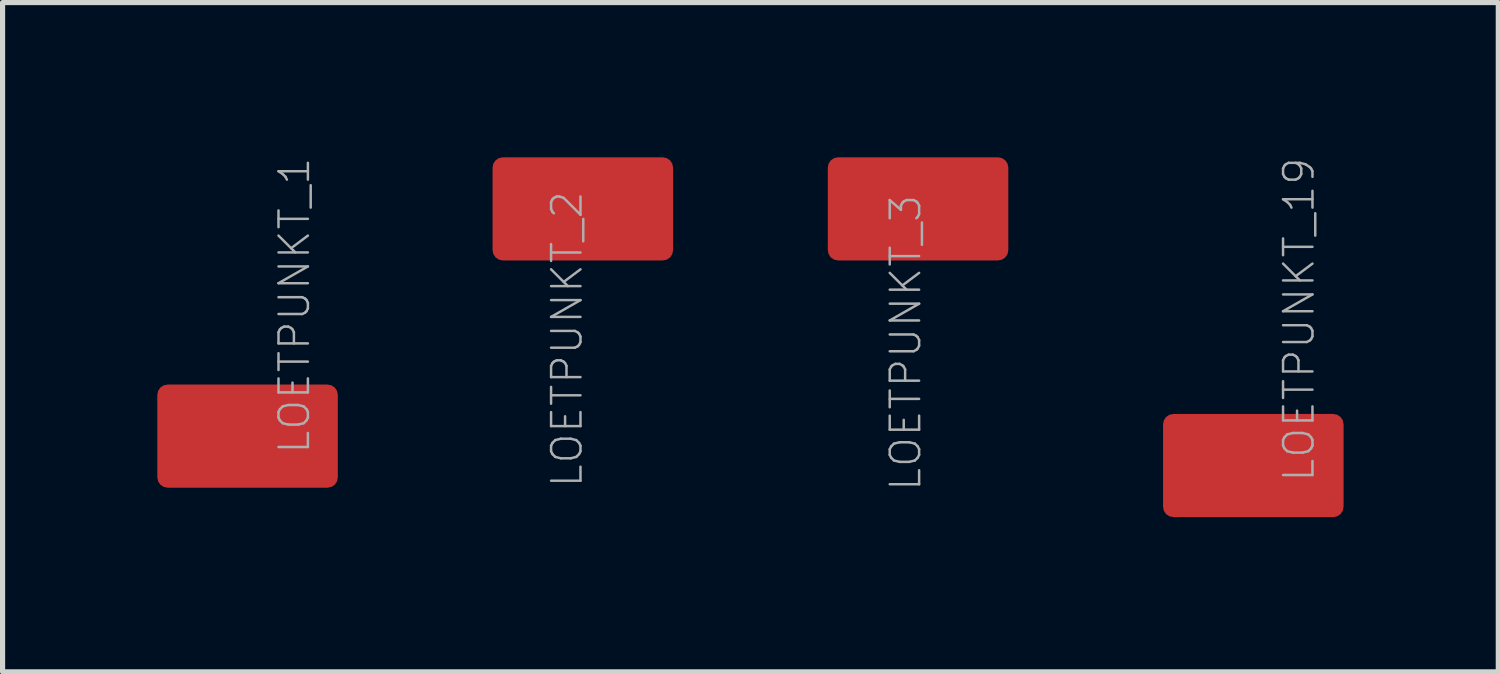
<source format=kicad_pcb>
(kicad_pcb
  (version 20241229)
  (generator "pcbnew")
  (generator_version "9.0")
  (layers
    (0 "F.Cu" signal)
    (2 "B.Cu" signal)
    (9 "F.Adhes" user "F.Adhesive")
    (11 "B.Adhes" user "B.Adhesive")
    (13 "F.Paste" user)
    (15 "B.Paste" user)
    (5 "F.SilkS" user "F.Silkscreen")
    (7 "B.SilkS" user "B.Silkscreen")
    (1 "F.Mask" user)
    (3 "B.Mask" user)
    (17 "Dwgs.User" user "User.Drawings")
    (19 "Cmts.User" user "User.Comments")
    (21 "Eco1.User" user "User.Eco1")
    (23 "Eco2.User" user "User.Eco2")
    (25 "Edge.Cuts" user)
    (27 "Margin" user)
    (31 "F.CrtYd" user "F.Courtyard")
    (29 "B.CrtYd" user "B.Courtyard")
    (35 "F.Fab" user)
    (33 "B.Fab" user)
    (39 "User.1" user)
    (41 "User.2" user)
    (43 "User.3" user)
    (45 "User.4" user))
  (footprint "LOETPUNKT_19"
    (layer "F.Cu")
    (at 21.25 5.976)
    (property "Reference" "LOETPUNKT_19" (at 1.219 0.351 90) (layer "F.Fab") (effects (font (size 0.57 0.57) (thickness 0.048)) (justify left bottom)))
    (attr through_hole)
    (pad "1" smd roundrect (at 0 0) (size 3.5 2) (layers "F.Cu" "F.Mask") (roundrect_rratio 0.1)))
  (footprint "LOETPUNKT_2"
    (layer "F.Cu")
    (at 8.25 1)
    (property "Reference" "LOETPUNKT_2" (at -0.64 -0.38 90) (layer "F.Fab") (effects (font (size 0.57 0.57) (thickness 0.048)) (justify right top)))
    (attr through_hole)
    (pad "1" smd roundrect (at 0 0) (size 3.5 2) (layers "F.Cu" "F.Mask") (roundrect_rratio 0.1)))
  (footprint "LOETPUNKT_3"
    (layer "F.Cu")
    (at 14.75 1)
    (property "Reference" "LOETPUNKT_3" (at -0.574 -0.311 90) (layer "F.Fab") (effects (font (size 0.57 0.57) (thickness 0.048)) (justify right top)))
    (attr through_hole)
    (pad "1" smd roundrect (at 0 0) (size 3.5 2) (layers "F.Cu" "F.Mask") (roundrect_rratio 0.1)))
  (footprint "LOETPUNKT_1"
    (layer "F.Cu")
    (at 1.75 5.406)
    (property "Reference" "LOETPUNKT_1" (at 1.242 0.378 90) (layer "F.Fab") (effects (font (size 0.57 0.57) (thickness 0.048)) (justify left bottom)))
    (attr through_hole)
    (pad "1" smd roundrect (at 0 0) (size 3.5 2) (layers "F.Cu" "F.Mask") (roundrect_rratio 0.1)))
  (gr_rect
    (start -3 -3)
    (end 26 9.976)
    (stroke (width 0.1) (type default))
    (fill no)
    (layer "Edge.Cuts")))
</source>
